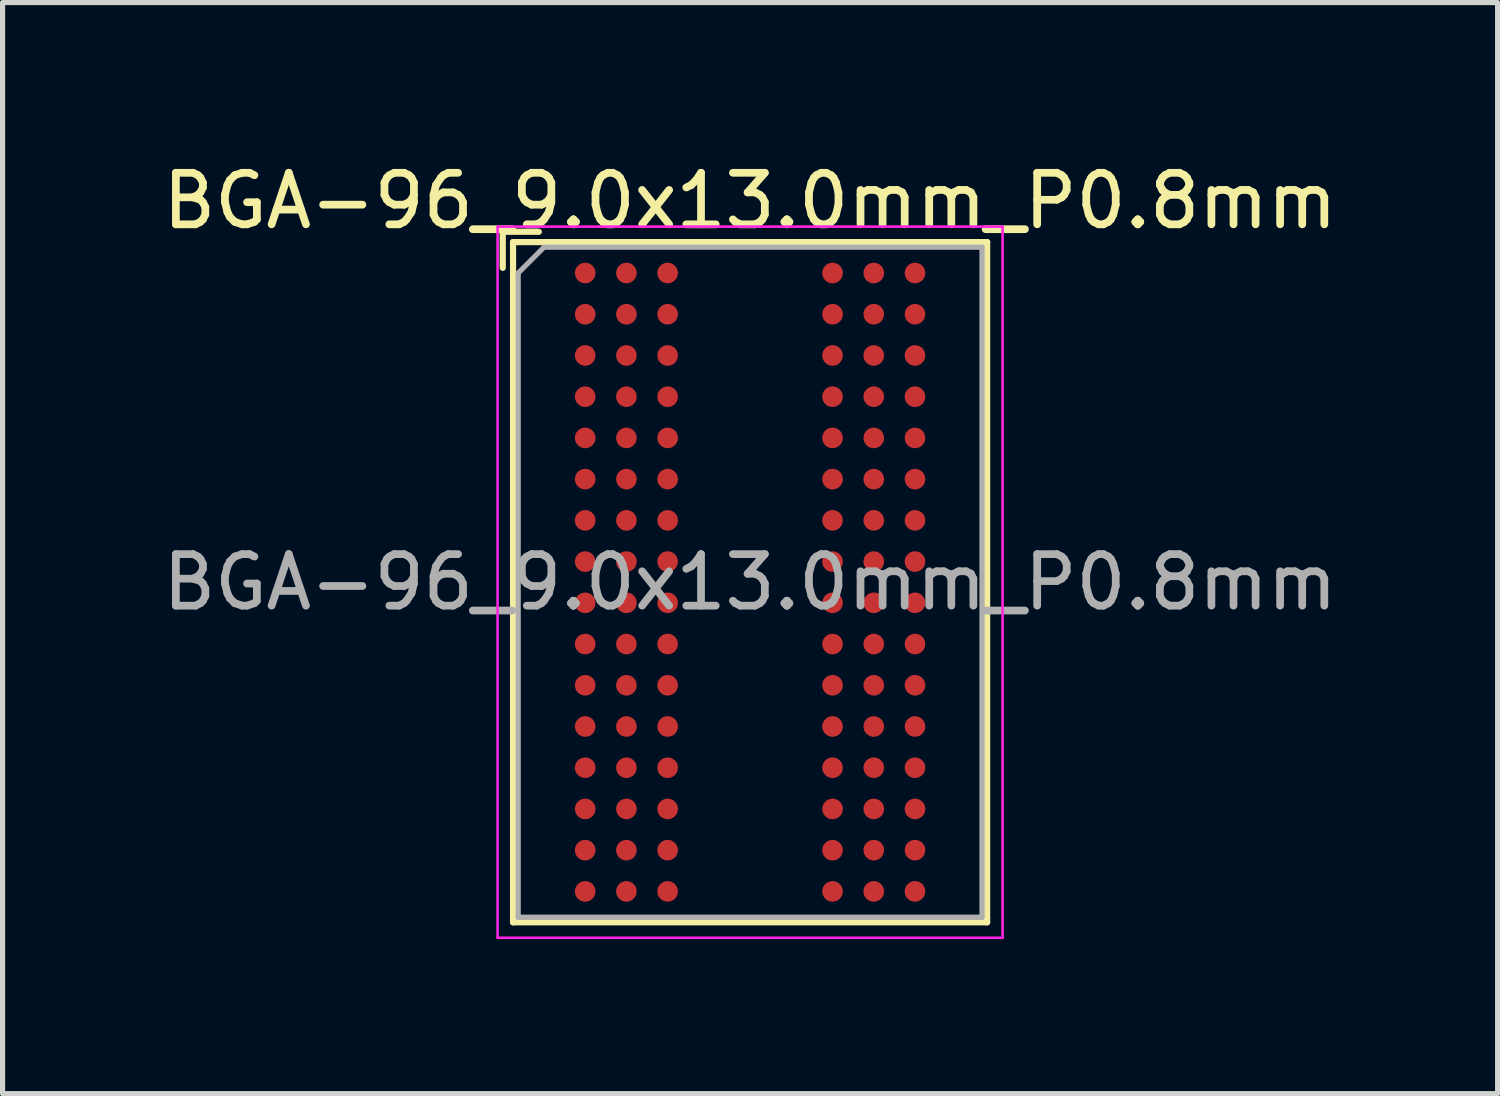
<source format=kicad_pcb>
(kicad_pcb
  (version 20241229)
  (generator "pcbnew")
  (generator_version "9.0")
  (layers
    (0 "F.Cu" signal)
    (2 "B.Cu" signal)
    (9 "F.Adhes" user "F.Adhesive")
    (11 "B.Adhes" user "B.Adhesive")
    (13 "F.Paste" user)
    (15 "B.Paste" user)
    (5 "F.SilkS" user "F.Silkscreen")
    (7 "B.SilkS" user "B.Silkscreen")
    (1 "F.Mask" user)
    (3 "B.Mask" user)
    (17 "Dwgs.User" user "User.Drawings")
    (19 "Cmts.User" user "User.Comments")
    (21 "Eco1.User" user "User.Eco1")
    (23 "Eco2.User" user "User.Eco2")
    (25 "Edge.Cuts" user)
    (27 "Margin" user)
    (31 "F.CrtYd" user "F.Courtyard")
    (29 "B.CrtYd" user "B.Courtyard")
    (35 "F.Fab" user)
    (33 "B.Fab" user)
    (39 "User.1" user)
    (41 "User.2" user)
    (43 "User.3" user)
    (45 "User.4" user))
  (footprint "BGA-96_9.0x13.0mm_P0.8mm"
    (layer "F.Cu")
    (at 11.506 8.248)
    (property "Reference" "BGA-96_9.0x13.0mm_P0.8mm" (at 0 -7.4 0) (layer "F.SilkS") (effects (font (size 1 1) (thickness 0.15))))
    (attr smd)
    (fp_line (start -4.8 -6.8) (end -4.8 -6.1) (stroke (width 0.12) (type solid)) (layer "F.SilkS"))
    (fp_line (start -4.6 -6.6) (end -4.6 6.6) (stroke (width 0.12) (type solid)) (layer "F.SilkS"))
    (fp_line (start -4.6 6.6) (end 4.6 6.6) (stroke (width 0.12) (type solid)) (layer "F.SilkS"))
    (fp_line (start -4.1 -6.8) (end -4.8 -6.8) (stroke (width 0.12) (type solid)) (layer "F.SilkS"))
    (fp_line (start 4.6 -6.6) (end -4.6 -6.6) (stroke (width 0.12) (type solid)) (layer "F.SilkS"))
    (fp_line (start 4.6 6.6) (end 4.6 -6.6) (stroke (width 0.12) (type solid)) (layer "F.SilkS"))
    (fp_line (start -4.9 -6.9) (end -4.9 6.9) (stroke (width 0.05) (type solid)) (layer "F.CrtYd"))
    (fp_line (start -4.9 -6.9) (end 4.9 -6.9) (stroke (width 0.05) (type solid)) (layer "F.CrtYd"))
    (fp_line (start 4.9 6.9) (end -4.9 6.9) (stroke (width 0.05) (type solid)) (layer "F.CrtYd"))
    (fp_line (start 4.9 6.9) (end 4.9 -6.9) (stroke (width 0.05) (type solid)) (layer "F.CrtYd"))
    (fp_line (start -4.5 -6) (end -4.5 6.5) (stroke (width 0.1) (type solid)) (layer "F.Fab"))
    (fp_line (start -4.5 6.5) (end 4.5 6.5) (stroke (width 0.1) (type solid)) (layer "F.Fab"))
    (fp_line (start -4 -6.5) (end -4.5 -6) (stroke (width 0.1) (type solid)) (layer "F.Fab"))
    (fp_line (start 4.5 -6.5) (end -4 -6.5) (stroke (width 0.1) (type solid)) (layer "F.Fab"))
    (fp_line (start 4.5 6.5) (end 4.5 -6.5) (stroke (width 0.1) (type solid)) (layer "F.Fab"))
    (fp_text user "${REFERENCE}" (at 0 0 0) (layer "F.Fab") (effects (font (size 1 1) (thickness 0.15))))
    (pad "A1" smd circle (at -3.2 -6) (size 0.4 0.4) (layers "F.Cu" "F.Mask" "F.Paste"))
    (pad "A2" smd circle (at -2.4 -6) (size 0.4 0.4) (layers "F.Cu" "F.Mask" "F.Paste"))
    (pad "A3" smd circle (at -1.6 -6) (size 0.4 0.4) (layers "F.Cu" "F.Mask" "F.Paste"))
    (pad "A7" smd circle (at 1.6 -6) (size 0.4 0.4) (layers "F.Cu" "F.Mask" "F.Paste"))
    (pad "A8" smd circle (at 2.4 -6) (size 0.4 0.4) (layers "F.Cu" "F.Mask" "F.Paste"))
    (pad "A9" smd circle (at 3.2 -6) (size 0.4 0.4) (layers "F.Cu" "F.Mask" "F.Paste"))
    (pad "B1" smd circle (at -3.2 -5.2) (size 0.4 0.4) (layers "F.Cu" "F.Mask" "F.Paste"))
    (pad "B2" smd circle (at -2.4 -5.2) (size 0.4 0.4) (layers "F.Cu" "F.Mask" "F.Paste"))
    (pad "B3" smd circle (at -1.6 -5.2) (size 0.4 0.4) (layers "F.Cu" "F.Mask" "F.Paste"))
    (pad "B7" smd circle (at 1.6 -5.2) (size 0.4 0.4) (layers "F.Cu" "F.Mask" "F.Paste"))
    (pad "B8" smd circle (at 2.4 -5.2) (size 0.4 0.4) (layers "F.Cu" "F.Mask" "F.Paste"))
    (pad "B9" smd circle (at 3.2 -5.2) (size 0.4 0.4) (layers "F.Cu" "F.Mask" "F.Paste"))
    (pad "C1" smd circle (at -3.2 -4.4) (size 0.4 0.4) (layers "F.Cu" "F.Mask" "F.Paste"))
    (pad "C2" smd circle (at -2.4 -4.4) (size 0.4 0.4) (layers "F.Cu" "F.Mask" "F.Paste"))
    (pad "C3" smd circle (at -1.6 -4.4) (size 0.4 0.4) (layers "F.Cu" "F.Mask" "F.Paste"))
    (pad "C7" smd circle (at 1.6 -4.4) (size 0.4 0.4) (layers "F.Cu" "F.Mask" "F.Paste"))
    (pad "C8" smd circle (at 2.4 -4.4) (size 0.4 0.4) (layers "F.Cu" "F.Mask" "F.Paste"))
    (pad "C9" smd circle (at 3.2 -4.4) (size 0.4 0.4) (layers "F.Cu" "F.Mask" "F.Paste"))
    (pad "D1" smd circle (at -3.2 -3.6) (size 0.4 0.4) (layers "F.Cu" "F.Mask" "F.Paste"))
    (pad "D2" smd circle (at -2.4 -3.6) (size 0.4 0.4) (layers "F.Cu" "F.Mask" "F.Paste"))
    (pad "D3" smd circle (at -1.6 -3.6) (size 0.4 0.4) (layers "F.Cu" "F.Mask" "F.Paste"))
    (pad "D7" smd circle (at 1.6 -3.6) (size 0.4 0.4) (layers "F.Cu" "F.Mask" "F.Paste"))
    (pad "D8" smd circle (at 2.4 -3.6) (size 0.4 0.4) (layers "F.Cu" "F.Mask" "F.Paste"))
    (pad "D9" smd circle (at 3.2 -3.6) (size 0.4 0.4) (layers "F.Cu" "F.Mask" "F.Paste"))
    (pad "E1" smd circle (at -3.2 -2.8) (size 0.4 0.4) (layers "F.Cu" "F.Mask" "F.Paste"))
    (pad "E2" smd circle (at -2.4 -2.8) (size 0.4 0.4) (layers "F.Cu" "F.Mask" "F.Paste"))
    (pad "E3" smd circle (at -1.6 -2.8) (size 0.4 0.4) (layers "F.Cu" "F.Mask" "F.Paste"))
    (pad "E7" smd circle (at 1.6 -2.8) (size 0.4 0.4) (layers "F.Cu" "F.Mask" "F.Paste"))
    (pad "E8" smd circle (at 2.4 -2.8) (size 0.4 0.4) (layers "F.Cu" "F.Mask" "F.Paste"))
    (pad "E9" smd circle (at 3.2 -2.8) (size 0.4 0.4) (layers "F.Cu" "F.Mask" "F.Paste"))
    (pad "F1" smd circle (at -3.2 -2) (size 0.4 0.4) (layers "F.Cu" "F.Mask" "F.Paste"))
    (pad "F2" smd circle (at -2.4 -2) (size 0.4 0.4) (layers "F.Cu" "F.Mask" "F.Paste"))
    (pad "F3" smd circle (at -1.6 -2) (size 0.4 0.4) (layers "F.Cu" "F.Mask" "F.Paste"))
    (pad "F7" smd circle (at 1.6 -2) (size 0.4 0.4) (layers "F.Cu" "F.Mask" "F.Paste"))
    (pad "F8" smd circle (at 2.4 -2) (size 0.4 0.4) (layers "F.Cu" "F.Mask" "F.Paste"))
    (pad "F9" smd circle (at 3.2 -2) (size 0.4 0.4) (layers "F.Cu" "F.Mask" "F.Paste"))
    (pad "G1" smd circle (at -3.2 -1.2) (size 0.4 0.4) (layers "F.Cu" "F.Mask" "F.Paste"))
    (pad "G2" smd circle (at -2.4 -1.2) (size 0.4 0.4) (layers "F.Cu" "F.Mask" "F.Paste"))
    (pad "G3" smd circle (at -1.6 -1.2) (size 0.4 0.4) (layers "F.Cu" "F.Mask" "F.Paste"))
    (pad "G7" smd circle (at 1.6 -1.2) (size 0.4 0.4) (layers "F.Cu" "F.Mask" "F.Paste"))
    (pad "G8" smd circle (at 2.4 -1.2) (size 0.4 0.4) (layers "F.Cu" "F.Mask" "F.Paste"))
    (pad "G9" smd circle (at 3.2 -1.2) (size 0.4 0.4) (layers "F.Cu" "F.Mask" "F.Paste"))
    (pad "H1" smd circle (at -3.2 -0.4) (size 0.4 0.4) (layers "F.Cu" "F.Mask" "F.Paste"))
    (pad "H2" smd circle (at -2.4 -0.4) (size 0.4 0.4) (layers "F.Cu" "F.Mask" "F.Paste"))
    (pad "H3" smd circle (at -1.6 -0.4) (size 0.4 0.4) (layers "F.Cu" "F.Mask" "F.Paste"))
    (pad "H7" smd circle (at 1.6 -0.4) (size 0.4 0.4) (layers "F.Cu" "F.Mask" "F.Paste"))
    (pad "H8" smd circle (at 2.4 -0.4) (size 0.4 0.4) (layers "F.Cu" "F.Mask" "F.Paste"))
    (pad "H9" smd circle (at 3.2 -0.4) (size 0.4 0.4) (layers "F.Cu" "F.Mask" "F.Paste"))
    (pad "J1" smd circle (at -3.2 0.4) (size 0.4 0.4) (layers "F.Cu" "F.Mask" "F.Paste"))
    (pad "J2" smd circle (at -2.4 0.4) (size 0.4 0.4) (layers "F.Cu" "F.Mask" "F.Paste"))
    (pad "J3" smd circle (at -1.6 0.4) (size 0.4 0.4) (layers "F.Cu" "F.Mask" "F.Paste"))
    (pad "J7" smd circle (at 1.6 0.4) (size 0.4 0.4) (layers "F.Cu" "F.Mask" "F.Paste"))
    (pad "J8" smd circle (at 2.4 0.4) (size 0.4 0.4) (layers "F.Cu" "F.Mask" "F.Paste"))
    (pad "J9" smd circle (at 3.2 0.4) (size 0.4 0.4) (layers "F.Cu" "F.Mask" "F.Paste"))
    (pad "K1" smd circle (at -3.2 1.2) (size 0.4 0.4) (layers "F.Cu" "F.Mask" "F.Paste"))
    (pad "K2" smd circle (at -2.4 1.2) (size 0.4 0.4) (layers "F.Cu" "F.Mask" "F.Paste"))
    (pad "K3" smd circle (at -1.6 1.2) (size 0.4 0.4) (layers "F.Cu" "F.Mask" "F.Paste"))
    (pad "K7" smd circle (at 1.6 1.2) (size 0.4 0.4) (layers "F.Cu" "F.Mask" "F.Paste"))
    (pad "K8" smd circle (at 2.4 1.2) (size 0.4 0.4) (layers "F.Cu" "F.Mask" "F.Paste"))
    (pad "K9" smd circle (at 3.2 1.2) (size 0.4 0.4) (layers "F.Cu" "F.Mask" "F.Paste"))
    (pad "L1" smd circle (at -3.2 2) (size 0.4 0.4) (layers "F.Cu" "F.Mask" "F.Paste"))
    (pad "L2" smd circle (at -2.4 2) (size 0.4 0.4) (layers "F.Cu" "F.Mask" "F.Paste"))
    (pad "L3" smd circle (at -1.6 2) (size 0.4 0.4) (layers "F.Cu" "F.Mask" "F.Paste"))
    (pad "L7" smd circle (at 1.6 2) (size 0.4 0.4) (layers "F.Cu" "F.Mask" "F.Paste"))
    (pad "L8" smd circle (at 2.4 2) (size 0.4 0.4) (layers "F.Cu" "F.Mask" "F.Paste"))
    (pad "L9" smd circle (at 3.2 2) (size 0.4 0.4) (layers "F.Cu" "F.Mask" "F.Paste"))
    (pad "M1" smd circle (at -3.2 2.8) (size 0.4 0.4) (layers "F.Cu" "F.Mask" "F.Paste"))
    (pad "M2" smd circle (at -2.4 2.8) (size 0.4 0.4) (layers "F.Cu" "F.Mask" "F.Paste"))
    (pad "M3" smd circle (at -1.6 2.8) (size 0.4 0.4) (layers "F.Cu" "F.Mask" "F.Paste"))
    (pad "M7" smd circle (at 1.6 2.8) (size 0.4 0.4) (layers "F.Cu" "F.Mask" "F.Paste"))
    (pad "M8" smd circle (at 2.4 2.8) (size 0.4 0.4) (layers "F.Cu" "F.Mask" "F.Paste"))
    (pad "M9" smd circle (at 3.2 2.8) (size 0.4 0.4) (layers "F.Cu" "F.Mask" "F.Paste"))
    (pad "N1" smd circle (at -3.2 3.6) (size 0.4 0.4) (layers "F.Cu" "F.Mask" "F.Paste"))
    (pad "N2" smd circle (at -2.4 3.6) (size 0.4 0.4) (layers "F.Cu" "F.Mask" "F.Paste"))
    (pad "N3" smd circle (at -1.6 3.6) (size 0.4 0.4) (layers "F.Cu" "F.Mask" "F.Paste"))
    (pad "N7" smd circle (at 1.6 3.6) (size 0.4 0.4) (layers "F.Cu" "F.Mask" "F.Paste"))
    (pad "N8" smd circle (at 2.4 3.6) (size 0.4 0.4) (layers "F.Cu" "F.Mask" "F.Paste"))
    (pad "N9" smd circle (at 3.2 3.6) (size 0.4 0.4) (layers "F.Cu" "F.Mask" "F.Paste"))
    (pad "P1" smd circle (at -3.2 4.4) (size 0.4 0.4) (layers "F.Cu" "F.Mask" "F.Paste"))
    (pad "P2" smd circle (at -2.4 4.4) (size 0.4 0.4) (layers "F.Cu" "F.Mask" "F.Paste"))
    (pad "P3" smd circle (at -1.6 4.4) (size 0.4 0.4) (layers "F.Cu" "F.Mask" "F.Paste"))
    (pad "P7" smd circle (at 1.6 4.4) (size 0.4 0.4) (layers "F.Cu" "F.Mask" "F.Paste"))
    (pad "P8" smd circle (at 2.4 4.4) (size 0.4 0.4) (layers "F.Cu" "F.Mask" "F.Paste"))
    (pad "P9" smd circle (at 3.2 4.4) (size 0.4 0.4) (layers "F.Cu" "F.Mask" "F.Paste"))
    (pad "R1" smd circle (at -3.2 5.2) (size 0.4 0.4) (layers "F.Cu" "F.Mask" "F.Paste"))
    (pad "R2" smd circle (at -2.4 5.2) (size 0.4 0.4) (layers "F.Cu" "F.Mask" "F.Paste"))
    (pad "R3" smd circle (at -1.6 5.2) (size 0.4 0.4) (layers "F.Cu" "F.Mask" "F.Paste"))
    (pad "R7" smd circle (at 1.6 5.2) (size 0.4 0.4) (layers "F.Cu" "F.Mask" "F.Paste"))
    (pad "R8" smd circle (at 2.4 5.2) (size 0.4 0.4) (layers "F.Cu" "F.Mask" "F.Paste"))
    (pad "R9" smd circle (at 3.2 5.2) (size 0.4 0.4) (layers "F.Cu" "F.Mask" "F.Paste"))
    (pad "T1" smd circle (at -3.2 6) (size 0.4 0.4) (layers "F.Cu" "F.Mask" "F.Paste"))
    (pad "T2" smd circle (at -2.4 6) (size 0.4 0.4) (layers "F.Cu" "F.Mask" "F.Paste"))
    (pad "T3" smd circle (at -1.6 6) (size 0.4 0.4) (layers "F.Cu" "F.Mask" "F.Paste"))
    (pad "T7" smd circle (at 1.6 6) (size 0.4 0.4) (layers "F.Cu" "F.Mask" "F.Paste"))
    (pad "T8" smd circle (at 2.4 6) (size 0.4 0.4) (layers "F.Cu" "F.Mask" "F.Paste"))
    (pad "T9" smd circle (at 3.2 6) (size 0.4 0.4) (layers "F.Cu" "F.Mask" "F.Paste")))
  (gr_rect
    (start -3 -3)
    (end 26.012 18.173)
    (stroke (width 0.1) (type default))
    (fill no)
    (layer "Edge.Cuts")))
</source>
